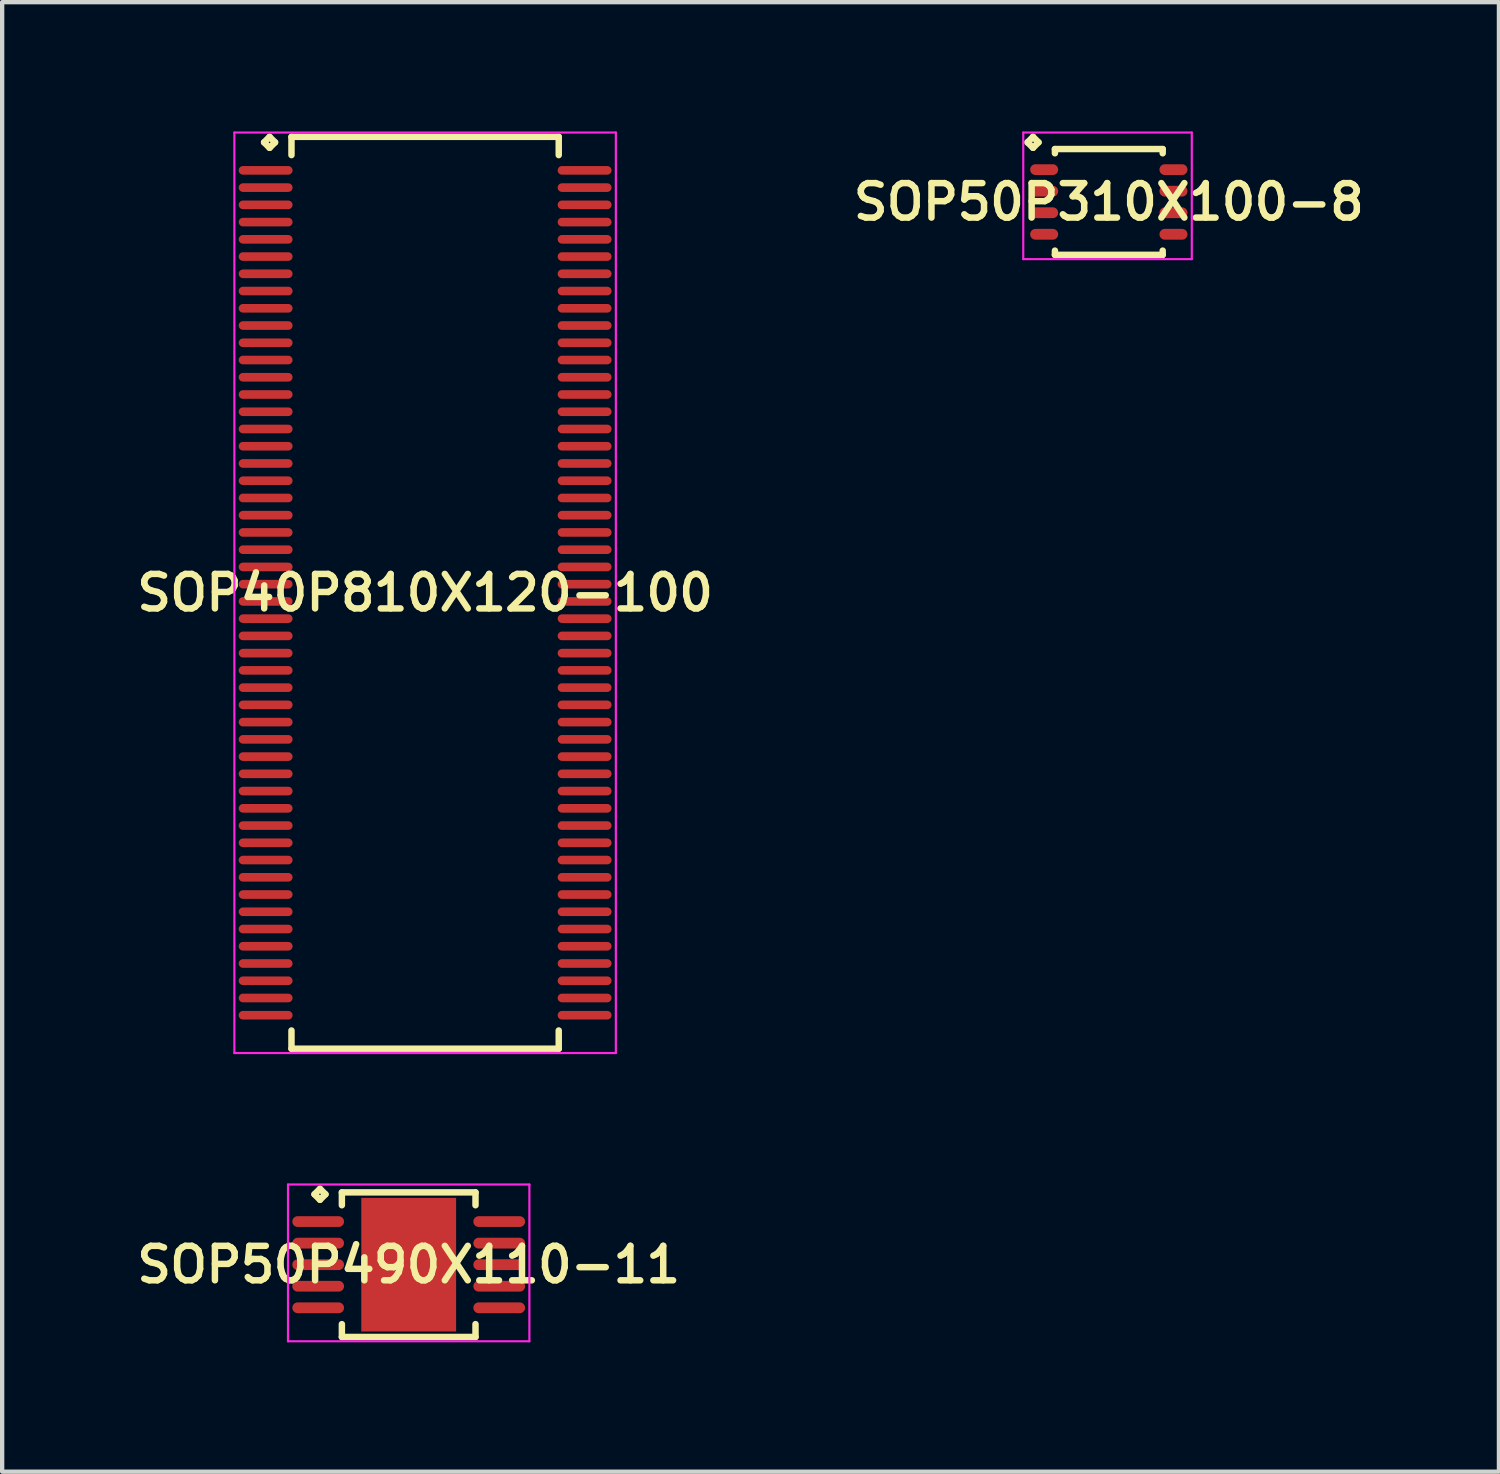
<source format=kicad_pcb>
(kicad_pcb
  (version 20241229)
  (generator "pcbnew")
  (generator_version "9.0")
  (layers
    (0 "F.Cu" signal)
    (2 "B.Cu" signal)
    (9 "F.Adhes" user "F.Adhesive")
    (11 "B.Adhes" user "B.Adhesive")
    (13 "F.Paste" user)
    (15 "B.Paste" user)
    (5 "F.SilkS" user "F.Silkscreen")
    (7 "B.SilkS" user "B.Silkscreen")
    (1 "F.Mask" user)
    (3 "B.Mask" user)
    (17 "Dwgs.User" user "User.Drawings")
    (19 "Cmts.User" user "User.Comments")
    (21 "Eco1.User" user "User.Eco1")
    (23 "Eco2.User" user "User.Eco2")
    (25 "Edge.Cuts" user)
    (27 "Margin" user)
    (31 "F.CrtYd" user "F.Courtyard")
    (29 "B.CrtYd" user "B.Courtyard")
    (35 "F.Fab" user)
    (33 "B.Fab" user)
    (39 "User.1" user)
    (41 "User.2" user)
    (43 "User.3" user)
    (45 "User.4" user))
  (footprint "SOP40P810X120-100"
    (layer "F.Cu")
    (at 6.812 10.702)
    (property "Reference" "SOP40P810X120-100" (at 0 0 0) (layer "F.SilkS") (effects (font (size 0.8 0.8) (thickness 0.15))))
    (attr smd)
    (fp_line (start -3.735 -10.45) (end -3.608 -10.577) (stroke (width 0.15) (type solid)) (layer "F.SilkS"))
    (fp_line (start -3.608 -10.577) (end -3.481 -10.45) (stroke (width 0.15) (type solid)) (layer "F.SilkS"))
    (fp_line (start -3.608 -10.323) (end -3.735 -10.45) (stroke (width 0.15) (type solid)) (layer "F.SilkS"))
    (fp_line (start -3.481 -10.45) (end -3.608 -10.323) (stroke (width 0.15) (type solid)) (layer "F.SilkS"))
    (fp_line (start -3.1 -10.577) (end 3.1 -10.577) (stroke (width 0.15) (type solid)) (layer "F.SilkS"))
    (fp_line (start -3.1 -10.154) (end -3.1 -10.577) (stroke (width 0.15) (type solid)) (layer "F.SilkS"))
    (fp_line (start -3.1 10.154) (end -3.1 10.577) (stroke (width 0.15) (type solid)) (layer "F.SilkS"))
    (fp_line (start -3.1 10.577) (end 3.1 10.577) (stroke (width 0.15) (type solid)) (layer "F.SilkS"))
    (fp_line (start 3.1 -10.577) (end 3.1 -10.154) (stroke (width 0.15) (type solid)) (layer "F.SilkS"))
    (fp_line (start 3.1 10.577) (end 3.1 10.154) (stroke (width 0.15) (type solid)) (layer "F.SilkS"))
    (fp_line (start -4.425 -10.677) (end 4.425 -10.677) (stroke (width 0.05) (type solid)) (layer "F.CrtYd"))
    (fp_line (start -4.425 10.677) (end -4.425 -10.677) (stroke (width 0.05) (type solid)) (layer "F.CrtYd"))
    (fp_line (start 4.425 -10.677) (end 4.425 10.677) (stroke (width 0.05) (type solid)) (layer "F.CrtYd"))
    (fp_line (start 4.425 10.677) (end -4.425 10.677) (stroke (width 0.05) (type solid)) (layer "F.CrtYd"))
    (pad "1" smd oval (at -3.7 -9.8) (size 1.25 0.2) (layers "F.Cu" "F.Mask" "F.Paste"))
    (pad "2" smd oval (at -3.7 -9.4) (size 1.25 0.2) (layers "F.Cu" "F.Mask" "F.Paste"))
    (pad "3" smd oval (at -3.7 -9) (size 1.25 0.2) (layers "F.Cu" "F.Mask" "F.Paste"))
    (pad "4" smd oval (at -3.7 -8.6) (size 1.25 0.2) (layers "F.Cu" "F.Mask" "F.Paste"))
    (pad "5" smd oval (at -3.7 -8.2) (size 1.25 0.2) (layers "F.Cu" "F.Mask" "F.Paste"))
    (pad "6" smd oval (at -3.7 -7.8) (size 1.25 0.2) (layers "F.Cu" "F.Mask" "F.Paste"))
    (pad "7" smd oval (at -3.7 -7.4) (size 1.25 0.2) (layers "F.Cu" "F.Mask" "F.Paste"))
    (pad "8" smd oval (at -3.7 -7) (size 1.25 0.2) (layers "F.Cu" "F.Mask" "F.Paste"))
    (pad "9" smd oval (at -3.7 -6.6) (size 1.25 0.2) (layers "F.Cu" "F.Mask" "F.Paste"))
    (pad "10" smd oval (at -3.7 -6.2) (size 1.25 0.2) (layers "F.Cu" "F.Mask" "F.Paste"))
    (pad "11" smd oval (at -3.7 -5.8) (size 1.25 0.2) (layers "F.Cu" "F.Mask" "F.Paste"))
    (pad "12" smd oval (at -3.7 -5.4) (size 1.25 0.2) (layers "F.Cu" "F.Mask" "F.Paste"))
    (pad "13" smd oval (at -3.7 -5) (size 1.25 0.2) (layers "F.Cu" "F.Mask" "F.Paste"))
    (pad "14" smd oval (at -3.7 -4.6) (size 1.25 0.2) (layers "F.Cu" "F.Mask" "F.Paste"))
    (pad "15" smd oval (at -3.7 -4.2) (size 1.25 0.2) (layers "F.Cu" "F.Mask" "F.Paste"))
    (pad "16" smd oval (at -3.7 -3.8) (size 1.25 0.2) (layers "F.Cu" "F.Mask" "F.Paste"))
    (pad "17" smd oval (at -3.7 -3.4) (size 1.25 0.2) (layers "F.Cu" "F.Mask" "F.Paste"))
    (pad "18" smd oval (at -3.7 -3) (size 1.25 0.2) (layers "F.Cu" "F.Mask" "F.Paste"))
    (pad "19" smd oval (at -3.7 -2.6) (size 1.25 0.2) (layers "F.Cu" "F.Mask" "F.Paste"))
    (pad "20" smd oval (at -3.7 -2.2) (size 1.25 0.2) (layers "F.Cu" "F.Mask" "F.Paste"))
    (pad "21" smd oval (at -3.7 -1.8) (size 1.25 0.2) (layers "F.Cu" "F.Mask" "F.Paste"))
    (pad "22" smd oval (at -3.7 -1.4) (size 1.25 0.2) (layers "F.Cu" "F.Mask" "F.Paste"))
    (pad "23" smd oval (at -3.7 -1) (size 1.25 0.2) (layers "F.Cu" "F.Mask" "F.Paste"))
    (pad "24" smd oval (at -3.7 -0.6) (size 1.25 0.2) (layers "F.Cu" "F.Mask" "F.Paste"))
    (pad "25" smd oval (at -3.7 -0.2) (size 1.25 0.2) (layers "F.Cu" "F.Mask" "F.Paste"))
    (pad "26" smd oval (at -3.7 0.2) (size 1.25 0.2) (layers "F.Cu" "F.Mask" "F.Paste"))
    (pad "27" smd oval (at -3.7 0.6) (size 1.25 0.2) (layers "F.Cu" "F.Mask" "F.Paste"))
    (pad "28" smd oval (at -3.7 1) (size 1.25 0.2) (layers "F.Cu" "F.Mask" "F.Paste"))
    (pad "29" smd oval (at -3.7 1.4) (size 1.25 0.2) (layers "F.Cu" "F.Mask" "F.Paste"))
    (pad "30" smd oval (at -3.7 1.8) (size 1.25 0.2) (layers "F.Cu" "F.Mask" "F.Paste"))
    (pad "31" smd oval (at -3.7 2.2) (size 1.25 0.2) (layers "F.Cu" "F.Mask" "F.Paste"))
    (pad "32" smd oval (at -3.7 2.6) (size 1.25 0.2) (layers "F.Cu" "F.Mask" "F.Paste"))
    (pad "33" smd oval (at -3.7 3) (size 1.25 0.2) (layers "F.Cu" "F.Mask" "F.Paste"))
    (pad "34" smd oval (at -3.7 3.4) (size 1.25 0.2) (layers "F.Cu" "F.Mask" "F.Paste"))
    (pad "35" smd oval (at -3.7 3.8) (size 1.25 0.2) (layers "F.Cu" "F.Mask" "F.Paste"))
    (pad "36" smd oval (at -3.7 4.2) (size 1.25 0.2) (layers "F.Cu" "F.Mask" "F.Paste"))
    (pad "37" smd oval (at -3.7 4.6) (size 1.25 0.2) (layers "F.Cu" "F.Mask" "F.Paste"))
    (pad "38" smd oval (at -3.7 5) (size 1.25 0.2) (layers "F.Cu" "F.Mask" "F.Paste"))
    (pad "39" smd oval (at -3.7 5.4) (size 1.25 0.2) (layers "F.Cu" "F.Mask" "F.Paste"))
    (pad "40" smd oval (at -3.7 5.8) (size 1.25 0.2) (layers "F.Cu" "F.Mask" "F.Paste"))
    (pad "41" smd oval (at -3.7 6.2) (size 1.25 0.2) (layers "F.Cu" "F.Mask" "F.Paste"))
    (pad "42" smd oval (at -3.7 6.6) (size 1.25 0.2) (layers "F.Cu" "F.Mask" "F.Paste"))
    (pad "43" smd oval (at -3.7 7) (size 1.25 0.2) (layers "F.Cu" "F.Mask" "F.Paste"))
    (pad "44" smd oval (at -3.7 7.4) (size 1.25 0.2) (layers "F.Cu" "F.Mask" "F.Paste"))
    (pad "45" smd oval (at -3.7 7.8) (size 1.25 0.2) (layers "F.Cu" "F.Mask" "F.Paste"))
    (pad "46" smd oval (at -3.7 8.2) (size 1.25 0.2) (layers "F.Cu" "F.Mask" "F.Paste"))
    (pad "47" smd oval (at -3.7 8.6) (size 1.25 0.2) (layers "F.Cu" "F.Mask" "F.Paste"))
    (pad "48" smd oval (at -3.7 9) (size 1.25 0.2) (layers "F.Cu" "F.Mask" "F.Paste"))
    (pad "49" smd oval (at -3.7 9.4) (size 1.25 0.2) (layers "F.Cu" "F.Mask" "F.Paste"))
    (pad "50" smd oval (at -3.7 9.8) (size 1.25 0.2) (layers "F.Cu" "F.Mask" "F.Paste"))
    (pad "51" smd oval (at 3.7 9.8) (size 1.25 0.2) (layers "F.Cu" "F.Mask" "F.Paste"))
    (pad "52" smd oval (at 3.7 9.4) (size 1.25 0.2) (layers "F.Cu" "F.Mask" "F.Paste"))
    (pad "53" smd oval (at 3.7 9) (size 1.25 0.2) (layers "F.Cu" "F.Mask" "F.Paste"))
    (pad "54" smd oval (at 3.7 8.6) (size 1.25 0.2) (layers "F.Cu" "F.Mask" "F.Paste"))
    (pad "55" smd oval (at 3.7 8.2) (size 1.25 0.2) (layers "F.Cu" "F.Mask" "F.Paste"))
    (pad "56" smd oval (at 3.7 7.8) (size 1.25 0.2) (layers "F.Cu" "F.Mask" "F.Paste"))
    (pad "57" smd oval (at 3.7 7.4) (size 1.25 0.2) (layers "F.Cu" "F.Mask" "F.Paste"))
    (pad "58" smd oval (at 3.7 7) (size 1.25 0.2) (layers "F.Cu" "F.Mask" "F.Paste"))
    (pad "59" smd oval (at 3.7 6.6) (size 1.25 0.2) (layers "F.Cu" "F.Mask" "F.Paste"))
    (pad "60" smd oval (at 3.7 6.2) (size 1.25 0.2) (layers "F.Cu" "F.Mask" "F.Paste"))
    (pad "61" smd oval (at 3.7 5.8) (size 1.25 0.2) (layers "F.Cu" "F.Mask" "F.Paste"))
    (pad "62" smd oval (at 3.7 5.4) (size 1.25 0.2) (layers "F.Cu" "F.Mask" "F.Paste"))
    (pad "63" smd oval (at 3.7 5) (size 1.25 0.2) (layers "F.Cu" "F.Mask" "F.Paste"))
    (pad "64" smd oval (at 3.7 4.6) (size 1.25 0.2) (layers "F.Cu" "F.Mask" "F.Paste"))
    (pad "65" smd oval (at 3.7 4.2) (size 1.25 0.2) (layers "F.Cu" "F.Mask" "F.Paste"))
    (pad "66" smd oval (at 3.7 3.8) (size 1.25 0.2) (layers "F.Cu" "F.Mask" "F.Paste"))
    (pad "67" smd oval (at 3.7 3.4) (size 1.25 0.2) (layers "F.Cu" "F.Mask" "F.Paste"))
    (pad "68" smd oval (at 3.7 3) (size 1.25 0.2) (layers "F.Cu" "F.Mask" "F.Paste"))
    (pad "69" smd oval (at 3.7 2.6) (size 1.25 0.2) (layers "F.Cu" "F.Mask" "F.Paste"))
    (pad "70" smd oval (at 3.7 2.2) (size 1.25 0.2) (layers "F.Cu" "F.Mask" "F.Paste"))
    (pad "71" smd oval (at 3.7 1.8) (size 1.25 0.2) (layers "F.Cu" "F.Mask" "F.Paste"))
    (pad "72" smd oval (at 3.7 1.4) (size 1.25 0.2) (layers "F.Cu" "F.Mask" "F.Paste"))
    (pad "73" smd oval (at 3.7 1) (size 1.25 0.2) (layers "F.Cu" "F.Mask" "F.Paste"))
    (pad "74" smd oval (at 3.7 0.6) (size 1.25 0.2) (layers "F.Cu" "F.Mask" "F.Paste"))
    (pad "75" smd oval (at 3.7 0.2) (size 1.25 0.2) (layers "F.Cu" "F.Mask" "F.Paste"))
    (pad "76" smd oval (at 3.7 -0.2) (size 1.25 0.2) (layers "F.Cu" "F.Mask" "F.Paste"))
    (pad "77" smd oval (at 3.7 -0.6) (size 1.25 0.2) (layers "F.Cu" "F.Mask" "F.Paste"))
    (pad "78" smd oval (at 3.7 -1) (size 1.25 0.2) (layers "F.Cu" "F.Mask" "F.Paste"))
    (pad "79" smd oval (at 3.7 -1.4) (size 1.25 0.2) (layers "F.Cu" "F.Mask" "F.Paste"))
    (pad "80" smd oval (at 3.7 -1.8) (size 1.25 0.2) (layers "F.Cu" "F.Mask" "F.Paste"))
    (pad "81" smd oval (at 3.7 -2.2) (size 1.25 0.2) (layers "F.Cu" "F.Mask" "F.Paste"))
    (pad "82" smd oval (at 3.7 -2.6) (size 1.25 0.2) (layers "F.Cu" "F.Mask" "F.Paste"))
    (pad "83" smd oval (at 3.7 -3) (size 1.25 0.2) (layers "F.Cu" "F.Mask" "F.Paste"))
    (pad "84" smd oval (at 3.7 -3.4) (size 1.25 0.2) (layers "F.Cu" "F.Mask" "F.Paste"))
    (pad "85" smd oval (at 3.7 -3.8) (size 1.25 0.2) (layers "F.Cu" "F.Mask" "F.Paste"))
    (pad "86" smd oval (at 3.7 -4.2) (size 1.25 0.2) (layers "F.Cu" "F.Mask" "F.Paste"))
    (pad "87" smd oval (at 3.7 -4.6) (size 1.25 0.2) (layers "F.Cu" "F.Mask" "F.Paste"))
    (pad "88" smd oval (at 3.7 -5) (size 1.25 0.2) (layers "F.Cu" "F.Mask" "F.Paste"))
    (pad "89" smd oval (at 3.7 -5.4) (size 1.25 0.2) (layers "F.Cu" "F.Mask" "F.Paste"))
    (pad "90" smd oval (at 3.7 -5.8) (size 1.25 0.2) (layers "F.Cu" "F.Mask" "F.Paste"))
    (pad "91" smd oval (at 3.7 -6.2) (size 1.25 0.2) (layers "F.Cu" "F.Mask" "F.Paste"))
    (pad "92" smd oval (at 3.7 -6.6) (size 1.25 0.2) (layers "F.Cu" "F.Mask" "F.Paste"))
    (pad "93" smd oval (at 3.7 -7) (size 1.25 0.2) (layers "F.Cu" "F.Mask" "F.Paste"))
    (pad "94" smd oval (at 3.7 -7.4) (size 1.25 0.2) (layers "F.Cu" "F.Mask" "F.Paste"))
    (pad "95" smd oval (at 3.7 -7.8) (size 1.25 0.2) (layers "F.Cu" "F.Mask" "F.Paste"))
    (pad "96" smd oval (at 3.7 -8.2) (size 1.25 0.2) (layers "F.Cu" "F.Mask" "F.Paste"))
    (pad "97" smd oval (at 3.7 -8.6) (size 1.25 0.2) (layers "F.Cu" "F.Mask" "F.Paste"))
    (pad "98" smd oval (at 3.7 -9) (size 1.25 0.2) (layers "F.Cu" "F.Mask" "F.Paste"))
    (pad "99" smd oval (at 3.7 -9.4) (size 1.25 0.2) (layers "F.Cu" "F.Mask" "F.Paste"))
    (pad "100" smd oval (at 3.7 -9.8) (size 1.25 0.2) (layers "F.Cu" "F.Mask" "F.Paste")))
  (footprint "SOP50P490X110-11"
    (layer "F.Cu")
    (at 6.431 26.289)
    (property "Reference" "SOP50P490X110-11" (at 0 0 0) (layer "F.SilkS") (effects (font (size 0.8 0.8) (thickness 0.15))))
    (attr smd)
    (fp_line (start -2.185 -1.633) (end -2.058 -1.76) (stroke (width 0.15) (type solid)) (layer "F.SilkS"))
    (fp_line (start -2.058 -1.76) (end -1.931 -1.633) (stroke (width 0.15) (type solid)) (layer "F.SilkS"))
    (fp_line (start -2.058 -1.506) (end -2.185 -1.633) (stroke (width 0.15) (type solid)) (layer "F.SilkS"))
    (fp_line (start -1.931 -1.633) (end -2.058 -1.506) (stroke (width 0.15) (type solid)) (layer "F.SilkS"))
    (fp_line (start -1.55 -1.677) (end 1.55 -1.677) (stroke (width 0.15) (type solid)) (layer "F.SilkS"))
    (fp_line (start -1.55 -1.379) (end -1.55 -1.677) (stroke (width 0.15) (type solid)) (layer "F.SilkS"))
    (fp_line (start -1.55 1.379) (end -1.55 1.677) (stroke (width 0.15) (type solid)) (layer "F.SilkS"))
    (fp_line (start -1.55 1.677) (end 1.55 1.677) (stroke (width 0.15) (type solid)) (layer "F.SilkS"))
    (fp_line (start 1.55 -1.677) (end 1.55 -1.379) (stroke (width 0.15) (type solid)) (layer "F.SilkS"))
    (fp_line (start 1.55 1.677) (end 1.55 1.379) (stroke (width 0.15) (type solid)) (layer "F.SilkS"))
    (fp_line (start -2.8 -1.86) (end 2.8 -1.86) (stroke (width 0.05) (type solid)) (layer "F.CrtYd"))
    (fp_line (start -2.8 1.777) (end -2.8 -1.86) (stroke (width 0.05) (type solid)) (layer "F.CrtYd"))
    (fp_line (start 2.8 -1.86) (end 2.8 1.777) (stroke (width 0.05) (type solid)) (layer "F.CrtYd"))
    (fp_line (start 2.8 1.777) (end -2.8 1.777) (stroke (width 0.05) (type solid)) (layer "F.CrtYd"))
    (pad "1" smd oval (at -2.1 -1) (size 1.2 0.25) (layers "F.Cu" "F.Mask" "F.Paste"))
    (pad "2" smd oval (at -2.1 -0.5) (size 1.2 0.25) (layers "F.Cu" "F.Mask" "F.Paste"))
    (pad "3" smd oval (at -2.1 0) (size 1.2 0.25) (layers "F.Cu" "F.Mask" "F.Paste"))
    (pad "4" smd oval (at -2.1 0.5) (size 1.2 0.25) (layers "F.Cu" "F.Mask" "F.Paste"))
    (pad "5" smd oval (at -2.1 1) (size 1.2 0.25) (layers "F.Cu" "F.Mask" "F.Paste"))
    (pad "6" smd oval (at 2.1 1) (size 1.2 0.25) (layers "F.Cu" "F.Mask" "F.Paste"))
    (pad "7" smd oval (at 2.1 0.5) (size 1.2 0.25) (layers "F.Cu" "F.Mask" "F.Paste"))
    (pad "8" smd oval (at 2.1 0) (size 1.2 0.25) (layers "F.Cu" "F.Mask" "F.Paste"))
    (pad "9" smd oval (at 2.1 -0.5) (size 1.2 0.25) (layers "F.Cu" "F.Mask" "F.Paste"))
    (pad "10" smd oval (at 2.1 -1) (size 1.2 0.25) (layers "F.Cu" "F.Mask" "F.Paste"))
    (pad "11" smd rect (at 0 0) (size 2.2 3.1) (layers "F.Cu" "F.Mask" "F.Paste")))
  (footprint "SOP50P310X100-8"
    (layer "F.Cu")
    (at 22.673 1.635)
    (property "Reference" "SOP50P310X100-8" (at 0 0 0) (layer "F.SilkS") (effects (font (size 0.8 0.8) (thickness 0.15))))
    (attr smd)
    (fp_line (start -1.885 -1.383) (end -1.758 -1.51) (stroke (width 0.15) (type solid)) (layer "F.SilkS"))
    (fp_line (start -1.758 -1.51) (end -1.631 -1.383) (stroke (width 0.15) (type solid)) (layer "F.SilkS"))
    (fp_line (start -1.758 -1.256) (end -1.885 -1.383) (stroke (width 0.15) (type solid)) (layer "F.SilkS"))
    (fp_line (start -1.631 -1.383) (end -1.758 -1.256) (stroke (width 0.15) (type solid)) (layer "F.SilkS"))
    (fp_line (start -1.25 -1.227) (end 1.25 -1.227) (stroke (width 0.15) (type solid)) (layer "F.SilkS"))
    (fp_line (start -1.25 -1.129) (end -1.25 -1.227) (stroke (width 0.15) (type solid)) (layer "F.SilkS"))
    (fp_line (start -1.25 1.129) (end -1.25 1.227) (stroke (width 0.15) (type solid)) (layer "F.SilkS"))
    (fp_line (start -1.25 1.227) (end 1.25 1.227) (stroke (width 0.15) (type solid)) (layer "F.SilkS"))
    (fp_line (start 1.25 -1.227) (end 1.25 -1.129) (stroke (width 0.15) (type solid)) (layer "F.SilkS"))
    (fp_line (start 1.25 1.227) (end 1.25 1.129) (stroke (width 0.15) (type solid)) (layer "F.SilkS"))
    (fp_line (start -1.985 -1.61) (end 1.925 -1.61) (stroke (width 0.05) (type solid)) (layer "F.CrtYd"))
    (fp_line (start -1.985 1.327) (end -1.985 -1.61) (stroke (width 0.05) (type solid)) (layer "F.CrtYd"))
    (fp_line (start 1.925 -1.61) (end 1.925 1.327) (stroke (width 0.05) (type solid)) (layer "F.CrtYd"))
    (fp_line (start 1.925 1.327) (end -1.985 1.327) (stroke (width 0.05) (type solid)) (layer "F.CrtYd"))
    (pad "1" smd oval (at -1.5 -0.75) (size 0.65 0.25) (layers "F.Cu" "F.Mask" "F.Paste"))
    (pad "2" smd oval (at -1.5 -0.25) (size 0.65 0.25) (layers "F.Cu" "F.Mask" "F.Paste"))
    (pad "3" smd oval (at -1.5 0.25) (size 0.65 0.25) (layers "F.Cu" "F.Mask" "F.Paste"))
    (pad "4" smd oval (at -1.5 0.75) (size 0.65 0.25) (layers "F.Cu" "F.Mask" "F.Paste"))
    (pad "5" smd oval (at 1.5 0.75) (size 0.65 0.25) (layers "F.Cu" "F.Mask" "F.Paste"))
    (pad "6" smd oval (at 1.5 0.25) (size 0.65 0.25) (layers "F.Cu" "F.Mask" "F.Paste"))
    (pad "7" smd oval (at 1.5 -0.25) (size 0.65 0.25) (layers "F.Cu" "F.Mask" "F.Paste"))
    (pad "8" smd oval (at 1.5 -0.75) (size 0.65 0.25) (layers "F.Cu" "F.Mask" "F.Paste")))
  (gr_rect
    (start -3 -3)
    (end 31.723 31.091)
    (stroke (width 0.1) (type default))
    (fill no)
    (layer "Edge.Cuts")))
</source>
